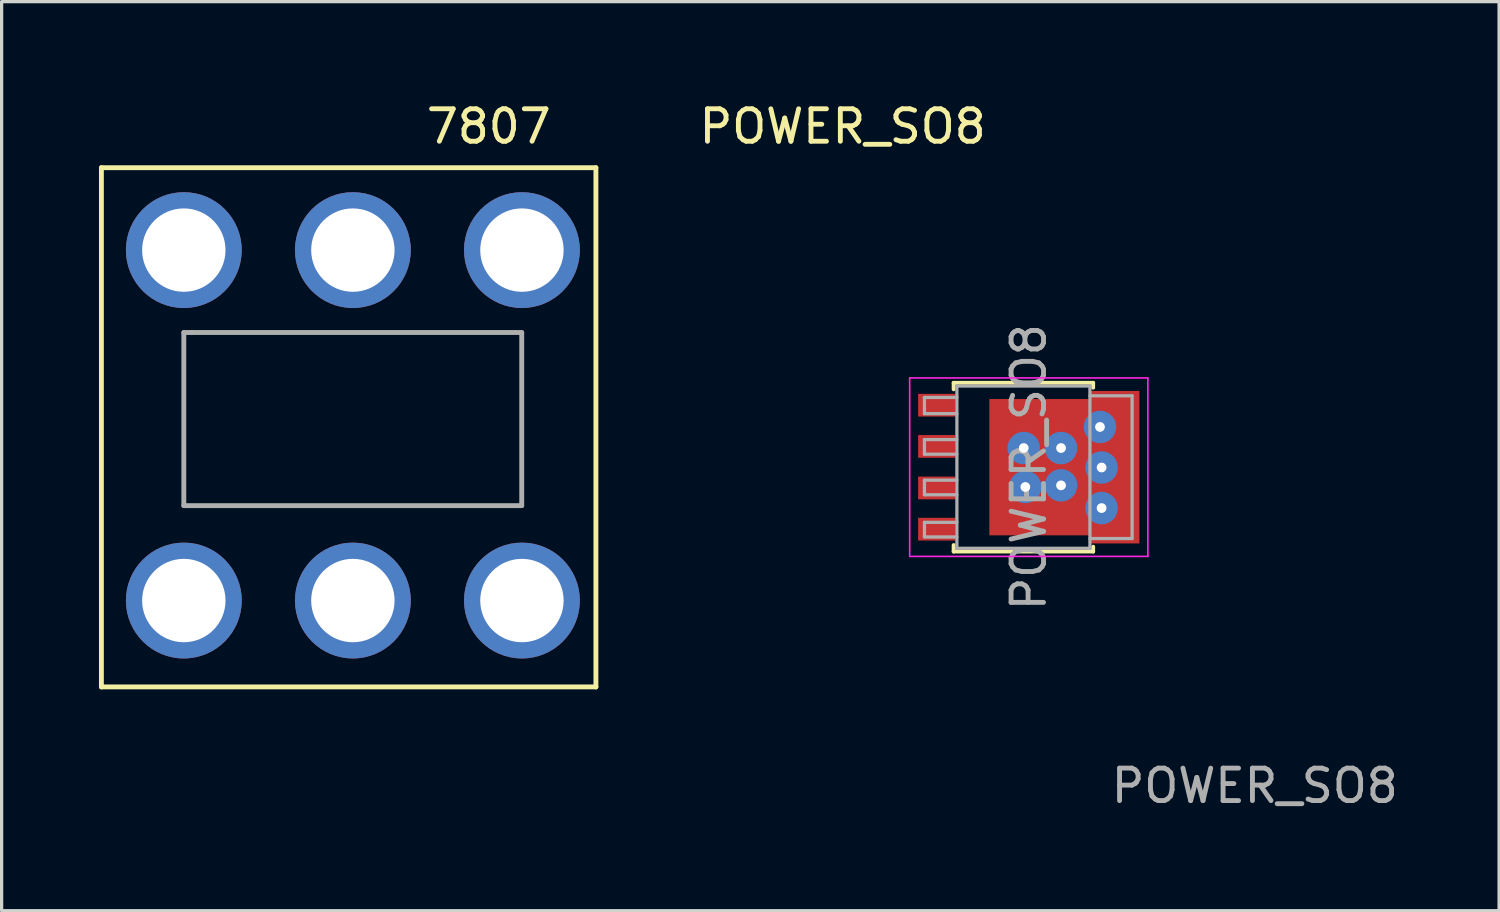
<source format=kicad_pcb>
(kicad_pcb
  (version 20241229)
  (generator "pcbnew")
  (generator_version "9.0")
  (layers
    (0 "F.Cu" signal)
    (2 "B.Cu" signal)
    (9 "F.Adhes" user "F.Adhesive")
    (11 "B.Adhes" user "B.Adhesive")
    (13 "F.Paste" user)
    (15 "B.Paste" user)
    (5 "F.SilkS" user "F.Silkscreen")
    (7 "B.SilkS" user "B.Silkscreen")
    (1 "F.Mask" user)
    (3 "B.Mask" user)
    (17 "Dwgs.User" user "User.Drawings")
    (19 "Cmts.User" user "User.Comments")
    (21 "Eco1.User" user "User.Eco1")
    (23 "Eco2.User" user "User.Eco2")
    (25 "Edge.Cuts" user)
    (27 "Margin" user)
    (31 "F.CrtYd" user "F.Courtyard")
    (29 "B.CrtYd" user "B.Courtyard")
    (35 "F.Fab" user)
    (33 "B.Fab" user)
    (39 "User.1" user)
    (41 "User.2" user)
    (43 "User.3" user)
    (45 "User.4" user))
  (footprint "7807"
    (layer "F.Cu")
    (at 2.615 4.658)
    (property "Reference" "7807" (at 9.398 -3.81 0) (layer "F.SilkS") (effects (font (size 1 1) (thickness 0.15))))
    (attr through_hole)
    (fp_line (start -2.54 -2.54) (end 12.7 -2.54) (stroke (width 0.15) (type solid)) (layer "F.SilkS"))
    (fp_line (start -2.54 13.462) (end -2.54 -2.54) (stroke (width 0.15) (type solid)) (layer "F.SilkS"))
    (fp_line (start 12.7 -2.54) (end 12.7 13.462) (stroke (width 0.15) (type solid)) (layer "F.SilkS"))
    (fp_line (start 12.7 13.462) (end -2.54 13.462) (stroke (width 0.15) (type solid)) (layer "F.SilkS"))
    (fp_line (start 0 2.54) (end 0.254 2.54) (stroke (width 0.15) (type solid)) (layer "F.Fab"))
    (fp_line (start 0 7.874) (end 0 2.54) (stroke (width 0.15) (type solid)) (layer "F.Fab"))
    (fp_line (start 0.254 2.54) (end 10.414 2.54) (stroke (width 0.15) (type solid)) (layer "F.Fab"))
    (fp_line (start 10.414 2.54) (end 10.414 7.874) (stroke (width 0.15) (type solid)) (layer "F.Fab"))
    (fp_line (start 10.414 7.874) (end 0 7.874) (stroke (width 0.15) (type solid)) (layer "F.Fab"))
    (pad "1" thru_hole circle (at 0 0) (size 3.57 3.57) (drill 2.57) (layers "*.Cu" "*.Mask"))
    (pad "1" thru_hole circle (at 0 10.8) (size 3.57 3.57) (drill 2.57) (layers "*.Cu" "*.Mask"))
    (pad "1" thru_hole circle (at 5.21 0) (size 3.57 3.57) (drill 2.57) (layers "*.Cu" "*.Mask"))
    (pad "1" thru_hole circle (at 5.21 10.8) (size 3.57 3.57) (drill 2.57) (layers "*.Cu" "*.Mask"))
    (pad "1" thru_hole circle (at 10.42 0) (size 3.57 3.57) (drill 2.57) (layers "*.Cu" "*.Mask"))
    (pad "1" thru_hole circle (at 10.42 10.8) (size 3.57 3.57) (drill 2.57) (layers "*.Cu" "*.Mask")))
  (footprint "POWER_SO8"
    (layer "F.Cu")
    (at 28 11.008)
    (property "Reference" "POWER_SO8" (at -5.08 -10.16 0) (unlocked yes) (layer "F.SilkS") (effects (font (size 1 1) (thickness 0.15))))
    (attr smd)
    (fp_line (start -1.66 -2.26) (end -1.66 -2.06) (stroke (width 0.12) (type solid)) (layer "F.SilkS"))
    (fp_line (start -1.66 2.74) (end -1.66 2.94) (stroke (width 0.12) (type solid)) (layer "F.SilkS"))
    (fp_line (start -1.66 2.94) (end 2.64 2.94) (stroke (width 0.12) (type solid)) (layer "F.SilkS"))
    (fp_line (start 2.64 -2.26) (end -1.66 -2.26) (stroke (width 0.12) (type solid)) (layer "F.SilkS"))
    (fp_line (start 2.64 -2.11) (end 2.64 -2.26) (stroke (width 0.12) (type solid)) (layer "F.SilkS"))
    (fp_line (start 2.64 2.94) (end 2.64 2.79) (stroke (width 0.12) (type solid)) (layer "F.SilkS"))
    (fp_line (start -3.015 3.09) (end -3.015 -2.41) (stroke (width 0.05) (type solid)) (layer "F.CrtYd"))
    (fp_line (start -3.015 3.09) (end 4.325 3.09) (stroke (width 0.05) (type solid)) (layer "F.CrtYd"))
    (fp_line (start 4.325 -2.41) (end -3.015 -2.41) (stroke (width 0.05) (type solid)) (layer "F.CrtYd"))
    (fp_line (start 4.325 -2.41) (end 4.325 3.09) (stroke (width 0.05) (type solid)) (layer "F.CrtYd"))
    (fp_line (start -2.56 -1.81) (end -2.56 -1.31) (stroke (width 0.1) (type solid)) (layer "F.Fab"))
    (fp_line (start -2.56 -1.81) (end -1.56 -1.81) (stroke (width 0.1) (type solid)) (layer "F.Fab"))
    (fp_line (start -2.56 -1.31) (end -1.56 -1.31) (stroke (width 0.1) (type solid)) (layer "F.Fab"))
    (fp_line (start -2.56 -0.51) (end -2.56 -0.06) (stroke (width 0.1) (type solid)) (layer "F.Fab"))
    (fp_line (start -2.56 -0.06) (end -1.56 -0.06) (stroke (width 0.1) (type solid)) (layer "F.Fab"))
    (fp_line (start -2.56 0.74) (end -2.56 1.19) (stroke (width 0.1) (type solid)) (layer "F.Fab"))
    (fp_line (start -2.56 1.19) (end -1.56 1.19) (stroke (width 0.1) (type solid)) (layer "F.Fab"))
    (fp_line (start -2.56 2.04) (end -2.56 2.49) (stroke (width 0.1) (type solid)) (layer "F.Fab"))
    (fp_line (start -2.56 2.49) (end -1.56 2.49) (stroke (width 0.1) (type solid)) (layer "F.Fab"))
    (fp_line (start -1.56 -2.16) (end -1.56 2.84) (stroke (width 0.1) (type solid)) (layer "F.Fab"))
    (fp_line (start -1.56 -0.51) (end -2.56 -0.51) (stroke (width 0.1) (type solid)) (layer "F.Fab"))
    (fp_line (start -1.56 0.74) (end -2.56 0.74) (stroke (width 0.1) (type solid)) (layer "F.Fab"))
    (fp_line (start -1.56 2.04) (end -2.56 2.04) (stroke (width 0.1) (type solid)) (layer "F.Fab"))
    (fp_line (start -1.56 2.84) (end 2.54 2.84) (stroke (width 0.1) (type solid)) (layer "F.Fab"))
    (fp_line (start 2.54 -2.16) (end -1.56 -2.16) (stroke (width 0.1) (type solid)) (layer "F.Fab"))
    (fp_line (start 2.54 2.84) (end 2.54 -2.16) (stroke (width 0.1) (type solid)) (layer "F.Fab"))
    (fp_line (start 3.84 -1.86) (end 2.54 -1.86) (stroke (width 0.1) (type solid)) (layer "F.Fab"))
    (fp_line (start 3.84 -1.86) (end 3.84 2.54) (stroke (width 0.1) (type solid)) (layer "F.Fab"))
    (fp_line (start 3.84 2.54) (end 2.54 2.54) (stroke (width 0.1) (type solid)) (layer "F.Fab"))
    (fp_text user "${REFERENCE}" (at 0.655 0.34 90) (layer "F.Fab") (effects (font (size 1 1) (thickness 0.15))))
    (fp_text user "${REFERENCE}" (at 7.62 10.16 0) (unlocked yes) (layer "F.Fab") (effects (font (size 1 1) (thickness 0.15))))
    (pad "" smd rect (at -0.01 -0.81) (size 0.6 0.9) (layers "F.Paste"))
    (pad "" smd rect (at -0.01 0.34) (size 0.6 0.9) (layers "F.Paste"))
    (pad "" smd rect (at -0.01 1.49) (size 0.6 0.9) (layers "F.Paste"))
    (pad "" smd rect (at 1.1 -0.81) (size 0.6 0.9) (layers "F.Paste"))
    (pad "" smd rect (at 1.1 0.34) (size 0.6 0.9) (layers "F.Paste"))
    (pad "" smd rect (at 1.1 1.49) (size 0.6 0.9) (layers "F.Paste"))
    (pad "" smd rect (at 2.2 -0.81) (size 0.6 0.9) (layers "F.Paste"))
    (pad "" smd rect (at 2.2 0.34) (size 0.6 0.9) (layers "F.Paste"))
    (pad "" smd rect (at 2.2 1.49) (size 0.6 0.9) (layers "F.Paste"))
    (pad "" smd rect (at 3.54 -1.54 270) (size 0.6 0.9) (layers "F.Paste"))
    (pad "" smd rect (at 3.54 -0.26 270) (size 0.6 0.9) (layers "F.Paste"))
    (pad "" smd rect (at 3.54 0.94 270) (size 0.6 0.9) (layers "F.Paste"))
    (pad "" smd rect (at 3.54 2.22 270) (size 0.6 0.9) (layers "F.Paste"))
    (pad "1" smd rect (at -2.18 -1.57 270) (size 0.7 1.15) (layers "F.Cu" "F.Mask" "F.Paste"))
    (pad "2" smd rect (at -2.18 -0.3 270) (size 0.7 1.15) (layers "F.Cu" "F.Mask" "F.Paste"))
    (pad "3" smd rect (at -2.18 0.98 270) (size 0.7 1.15) (layers "F.Cu" "F.Mask" "F.Paste"))
    (pad "4" smd rect (at -2.18 2.25 270) (size 0.7 1.15) (layers "F.Cu" "F.Mask" "F.Paste"))
    (pad "5" thru_hole circle (at 0.5 -0.25 270) (size 1 1) (drill 0.3) (layers "*.Cu"))
    (pad "5" thru_hole circle (at 0.55 0.95 270) (size 1 1) (drill 0.3) (layers "*.Cu"))
    (pad "5" smd custom (at 1.09 0.34) (size 3.3 4.2) (layers "F.Cu" "F.Mask") (options (anchor rect)) (primitives (gr_poly (pts (xy 2.975 2.35) (xy 1.425 2.35) (xy 1.425 -2.35) (xy 2.975 -2.35)) (width 0) (fill yes))))
    (pad "5" thru_hole circle (at 1.65 -0.25 270) (size 1 1) (drill 0.3) (layers "*.Cu"))
    (pad "5" thru_hole circle (at 1.65 0.9 270) (size 1 1) (drill 0.3) (layers "*.Cu"))
    (pad "5" thru_hole circle (at 2.85 -0.9 270) (size 1 1) (drill 0.3) (layers "*.Cu"))
    (pad "5" thru_hole circle (at 2.9 0.35 270) (size 1 1) (drill 0.3) (layers "*.Cu"))
    (pad "5" thru_hole circle (at 2.9 1.6 270) (size 1 1) (drill 0.3) (layers "*.Cu")))
  (gr_rect
    (start -3 -3)
    (end 43.15 25.017)
    (stroke (width 0.1) (type default))
    (fill no)
    (layer "Edge.Cuts")))
</source>
